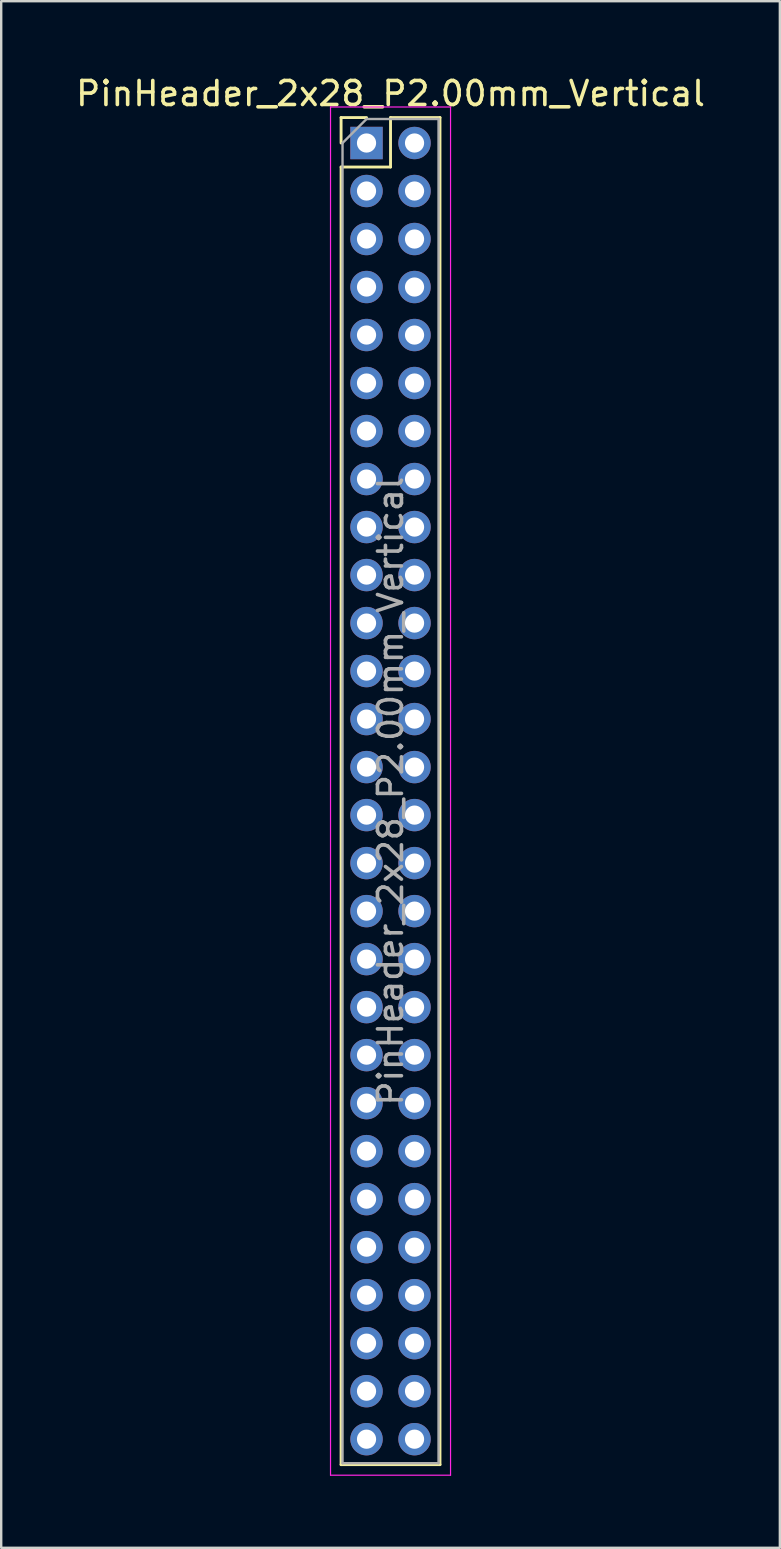
<source format=kicad_pcb>
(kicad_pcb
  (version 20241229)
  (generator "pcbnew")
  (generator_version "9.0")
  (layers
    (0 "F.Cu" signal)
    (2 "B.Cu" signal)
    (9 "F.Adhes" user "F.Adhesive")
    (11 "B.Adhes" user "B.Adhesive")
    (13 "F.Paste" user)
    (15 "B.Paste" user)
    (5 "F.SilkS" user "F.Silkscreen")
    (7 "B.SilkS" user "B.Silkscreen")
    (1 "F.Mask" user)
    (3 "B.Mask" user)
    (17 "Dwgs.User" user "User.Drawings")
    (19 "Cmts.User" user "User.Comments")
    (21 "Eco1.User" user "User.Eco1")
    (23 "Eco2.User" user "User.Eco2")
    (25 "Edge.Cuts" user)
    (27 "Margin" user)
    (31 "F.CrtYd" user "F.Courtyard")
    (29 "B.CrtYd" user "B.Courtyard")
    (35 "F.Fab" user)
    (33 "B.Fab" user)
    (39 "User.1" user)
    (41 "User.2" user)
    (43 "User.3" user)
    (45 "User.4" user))
  (footprint "PinHeader_2x28_P2.00mm_Vertical"
    (layer "F.Cu")
    (at 12.22 2.908)
    (property "Reference" "PinHeader_2x28_P2.00mm_Vertical" (at 1 -2.06 0) (layer "F.SilkS") (effects (font (size 1 1) (thickness 0.15))))
    (attr through_hole)
    (fp_line (start -1.06 -1.06) (end 0 -1.06) (stroke (width 0.12) (type solid)) (layer "F.SilkS"))
    (fp_line (start -1.06 0) (end -1.06 -1.06) (stroke (width 0.12) (type solid)) (layer "F.SilkS"))
    (fp_line (start -1.06 1) (end -1.06 55.06) (stroke (width 0.12) (type solid)) (layer "F.SilkS"))
    (fp_line (start -1.06 1) (end 1 1) (stroke (width 0.12) (type solid)) (layer "F.SilkS"))
    (fp_line (start -1.06 55.06) (end 3.06 55.06) (stroke (width 0.12) (type solid)) (layer "F.SilkS"))
    (fp_line (start 1 -1.06) (end 3.06 -1.06) (stroke (width 0.12) (type solid)) (layer "F.SilkS"))
    (fp_line (start 1 1) (end 1 -1.06) (stroke (width 0.12) (type solid)) (layer "F.SilkS"))
    (fp_line (start 3.06 -1.06) (end 3.06 55.06) (stroke (width 0.12) (type solid)) (layer "F.SilkS"))
    (fp_line (start -1.5 -1.5) (end -1.5 55.5) (stroke (width 0.05) (type solid)) (layer "F.CrtYd"))
    (fp_line (start -1.5 55.5) (end 3.5 55.5) (stroke (width 0.05) (type solid)) (layer "F.CrtYd"))
    (fp_line (start 3.5 -1.5) (end -1.5 -1.5) (stroke (width 0.05) (type solid)) (layer "F.CrtYd"))
    (fp_line (start 3.5 55.5) (end 3.5 -1.5) (stroke (width 0.05) (type solid)) (layer "F.CrtYd"))
    (fp_line (start -1 0) (end 0 -1) (stroke (width 0.1) (type solid)) (layer "F.Fab"))
    (fp_line (start -1 55) (end -1 0) (stroke (width 0.1) (type solid)) (layer "F.Fab"))
    (fp_line (start 0 -1) (end 3 -1) (stroke (width 0.1) (type solid)) (layer "F.Fab"))
    (fp_line (start 3 -1) (end 3 55) (stroke (width 0.1) (type solid)) (layer "F.Fab"))
    (fp_line (start 3 55) (end -1 55) (stroke (width 0.1) (type solid)) (layer "F.Fab"))
    (fp_text user "${REFERENCE}" (at 1 27 90) (layer "F.Fab") (effects (font (size 1 1) (thickness 0.15))))
    (pad "1" thru_hole rect (at 0 0) (size 1.35 1.35) (drill 0.8) (layers "*.Cu" "*.Mask"))
    (pad "2" thru_hole oval (at 2 0) (size 1.35 1.35) (drill 0.8) (layers "*.Cu" "*.Mask"))
    (pad "3" thru_hole oval (at 0 2) (size 1.35 1.35) (drill 0.8) (layers "*.Cu" "*.Mask"))
    (pad "4" thru_hole oval (at 2 2) (size 1.35 1.35) (drill 0.8) (layers "*.Cu" "*.Mask"))
    (pad "5" thru_hole oval (at 0 4) (size 1.35 1.35) (drill 0.8) (layers "*.Cu" "*.Mask"))
    (pad "6" thru_hole oval (at 2 4) (size 1.35 1.35) (drill 0.8) (layers "*.Cu" "*.Mask"))
    (pad "7" thru_hole oval (at 0 6) (size 1.35 1.35) (drill 0.8) (layers "*.Cu" "*.Mask"))
    (pad "8" thru_hole oval (at 2 6) (size 1.35 1.35) (drill 0.8) (layers "*.Cu" "*.Mask"))
    (pad "9" thru_hole oval (at 0 8) (size 1.35 1.35) (drill 0.8) (layers "*.Cu" "*.Mask"))
    (pad "10" thru_hole oval (at 2 8) (size 1.35 1.35) (drill 0.8) (layers "*.Cu" "*.Mask"))
    (pad "11" thru_hole oval (at 0 10) (size 1.35 1.35) (drill 0.8) (layers "*.Cu" "*.Mask"))
    (pad "12" thru_hole oval (at 2 10) (size 1.35 1.35) (drill 0.8) (layers "*.Cu" "*.Mask"))
    (pad "13" thru_hole oval (at 0 12) (size 1.35 1.35) (drill 0.8) (layers "*.Cu" "*.Mask"))
    (pad "14" thru_hole oval (at 2 12) (size 1.35 1.35) (drill 0.8) (layers "*.Cu" "*.Mask"))
    (pad "15" thru_hole oval (at 0 14) (size 1.35 1.35) (drill 0.8) (layers "*.Cu" "*.Mask"))
    (pad "16" thru_hole oval (at 2 14) (size 1.35 1.35) (drill 0.8) (layers "*.Cu" "*.Mask"))
    (pad "17" thru_hole oval (at 0 16) (size 1.35 1.35) (drill 0.8) (layers "*.Cu" "*.Mask"))
    (pad "18" thru_hole oval (at 2 16) (size 1.35 1.35) (drill 0.8) (layers "*.Cu" "*.Mask"))
    (pad "19" thru_hole oval (at 0 18) (size 1.35 1.35) (drill 0.8) (layers "*.Cu" "*.Mask"))
    (pad "20" thru_hole oval (at 2 18) (size 1.35 1.35) (drill 0.8) (layers "*.Cu" "*.Mask"))
    (pad "21" thru_hole oval (at 0 20) (size 1.35 1.35) (drill 0.8) (layers "*.Cu" "*.Mask"))
    (pad "22" thru_hole oval (at 2 20) (size 1.35 1.35) (drill 0.8) (layers "*.Cu" "*.Mask"))
    (pad "23" thru_hole oval (at 0 22) (size 1.35 1.35) (drill 0.8) (layers "*.Cu" "*.Mask"))
    (pad "24" thru_hole oval (at 2 22) (size 1.35 1.35) (drill 0.8) (layers "*.Cu" "*.Mask"))
    (pad "25" thru_hole oval (at 0 24) (size 1.35 1.35) (drill 0.8) (layers "*.Cu" "*.Mask"))
    (pad "26" thru_hole oval (at 2 24) (size 1.35 1.35) (drill 0.8) (layers "*.Cu" "*.Mask"))
    (pad "27" thru_hole oval (at 0 26) (size 1.35 1.35) (drill 0.8) (layers "*.Cu" "*.Mask"))
    (pad "28" thru_hole oval (at 2 26) (size 1.35 1.35) (drill 0.8) (layers "*.Cu" "*.Mask"))
    (pad "29" thru_hole oval (at 0 28) (size 1.35 1.35) (drill 0.8) (layers "*.Cu" "*.Mask"))
    (pad "30" thru_hole oval (at 2 28) (size 1.35 1.35) (drill 0.8) (layers "*.Cu" "*.Mask"))
    (pad "31" thru_hole oval (at 0 30) (size 1.35 1.35) (drill 0.8) (layers "*.Cu" "*.Mask"))
    (pad "32" thru_hole oval (at 2 30) (size 1.35 1.35) (drill 0.8) (layers "*.Cu" "*.Mask"))
    (pad "33" thru_hole oval (at 0 32) (size 1.35 1.35) (drill 0.8) (layers "*.Cu" "*.Mask"))
    (pad "34" thru_hole oval (at 2 32) (size 1.35 1.35) (drill 0.8) (layers "*.Cu" "*.Mask"))
    (pad "35" thru_hole oval (at 0 34) (size 1.35 1.35) (drill 0.8) (layers "*.Cu" "*.Mask"))
    (pad "36" thru_hole oval (at 2 34) (size 1.35 1.35) (drill 0.8) (layers "*.Cu" "*.Mask"))
    (pad "37" thru_hole oval (at 0 36) (size 1.35 1.35) (drill 0.8) (layers "*.Cu" "*.Mask"))
    (pad "38" thru_hole oval (at 2 36) (size 1.35 1.35) (drill 0.8) (layers "*.Cu" "*.Mask"))
    (pad "39" thru_hole oval (at 0 38) (size 1.35 1.35) (drill 0.8) (layers "*.Cu" "*.Mask"))
    (pad "40" thru_hole oval (at 2 38) (size 1.35 1.35) (drill 0.8) (layers "*.Cu" "*.Mask"))
    (pad "41" thru_hole oval (at 0 40) (size 1.35 1.35) (drill 0.8) (layers "*.Cu" "*.Mask"))
    (pad "42" thru_hole oval (at 2 40) (size 1.35 1.35) (drill 0.8) (layers "*.Cu" "*.Mask"))
    (pad "43" thru_hole oval (at 0 42) (size 1.35 1.35) (drill 0.8) (layers "*.Cu" "*.Mask"))
    (pad "44" thru_hole oval (at 2 42) (size 1.35 1.35) (drill 0.8) (layers "*.Cu" "*.Mask"))
    (pad "45" thru_hole oval (at 0 44) (size 1.35 1.35) (drill 0.8) (layers "*.Cu" "*.Mask"))
    (pad "46" thru_hole oval (at 2 44) (size 1.35 1.35) (drill 0.8) (layers "*.Cu" "*.Mask"))
    (pad "47" thru_hole oval (at 0 46) (size 1.35 1.35) (drill 0.8) (layers "*.Cu" "*.Mask"))
    (pad "48" thru_hole oval (at 2 46) (size 1.35 1.35) (drill 0.8) (layers "*.Cu" "*.Mask"))
    (pad "49" thru_hole oval (at 0 48) (size 1.35 1.35) (drill 0.8) (layers "*.Cu" "*.Mask"))
    (pad "50" thru_hole oval (at 2 48) (size 1.35 1.35) (drill 0.8) (layers "*.Cu" "*.Mask"))
    (pad "51" thru_hole oval (at 0 50) (size 1.35 1.35) (drill 0.8) (layers "*.Cu" "*.Mask"))
    (pad "52" thru_hole oval (at 2 50) (size 1.35 1.35) (drill 0.8) (layers "*.Cu" "*.Mask"))
    (pad "53" thru_hole oval (at 0 52) (size 1.35 1.35) (drill 0.8) (layers "*.Cu" "*.Mask"))
    (pad "54" thru_hole oval (at 2 52) (size 1.35 1.35) (drill 0.8) (layers "*.Cu" "*.Mask"))
    (pad "55" thru_hole oval (at 0 54) (size 1.35 1.35) (drill 0.8) (layers "*.Cu" "*.Mask"))
    (pad "56" thru_hole oval (at 2 54) (size 1.35 1.35) (drill 0.8) (layers "*.Cu" "*.Mask")))
  (gr_rect
    (start -3 -3)
    (end 29.44 61.433)
    (stroke (width 0.1) (type default))
    (fill no)
    (layer "Edge.Cuts")))
</source>
